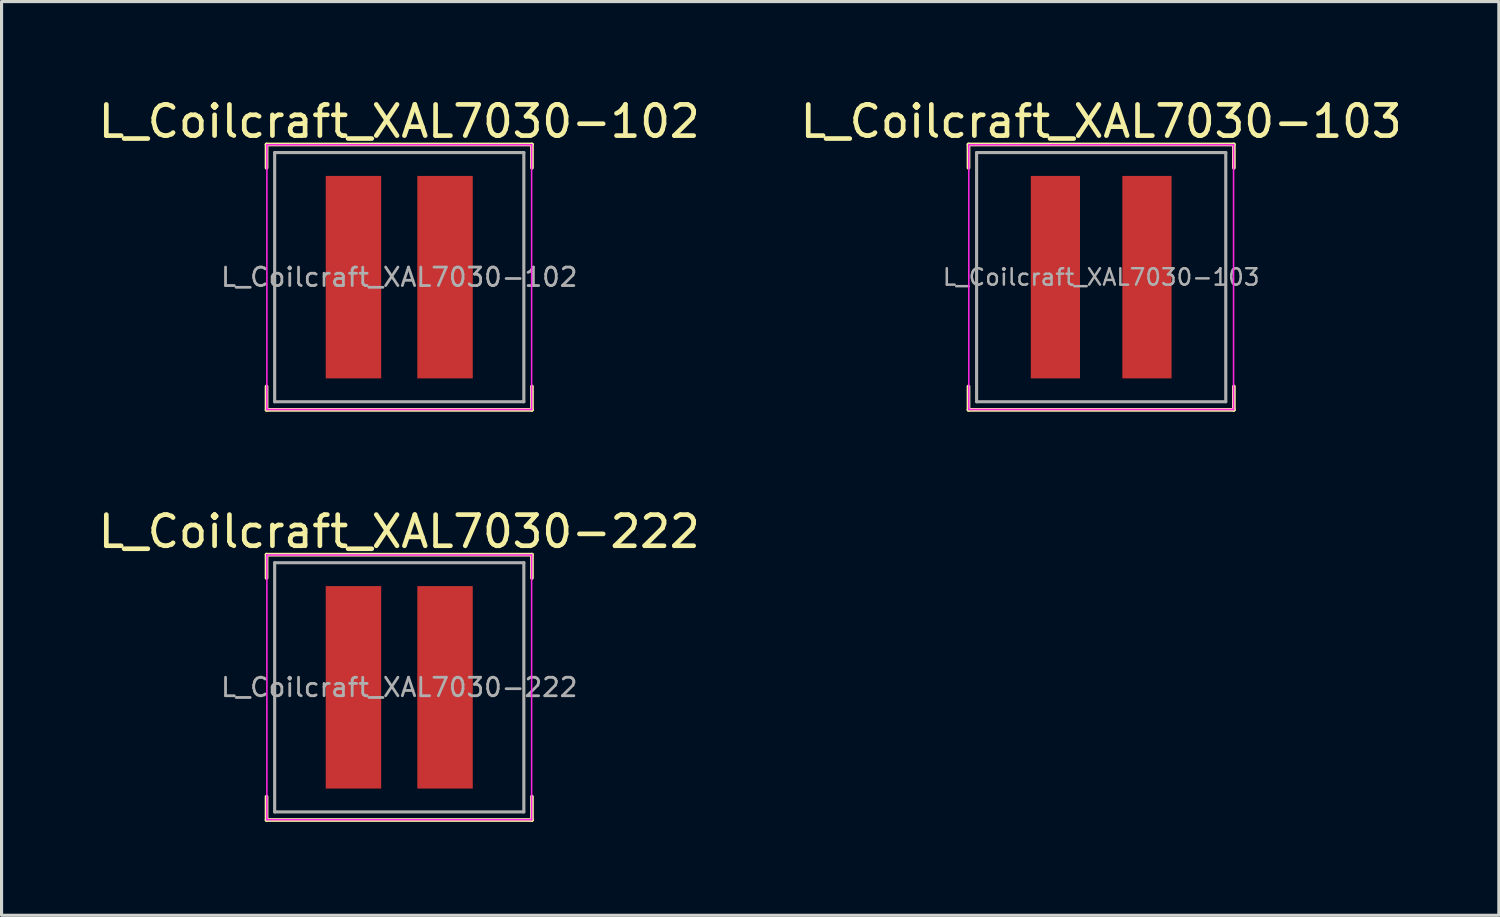
<source format=kicad_pcb>
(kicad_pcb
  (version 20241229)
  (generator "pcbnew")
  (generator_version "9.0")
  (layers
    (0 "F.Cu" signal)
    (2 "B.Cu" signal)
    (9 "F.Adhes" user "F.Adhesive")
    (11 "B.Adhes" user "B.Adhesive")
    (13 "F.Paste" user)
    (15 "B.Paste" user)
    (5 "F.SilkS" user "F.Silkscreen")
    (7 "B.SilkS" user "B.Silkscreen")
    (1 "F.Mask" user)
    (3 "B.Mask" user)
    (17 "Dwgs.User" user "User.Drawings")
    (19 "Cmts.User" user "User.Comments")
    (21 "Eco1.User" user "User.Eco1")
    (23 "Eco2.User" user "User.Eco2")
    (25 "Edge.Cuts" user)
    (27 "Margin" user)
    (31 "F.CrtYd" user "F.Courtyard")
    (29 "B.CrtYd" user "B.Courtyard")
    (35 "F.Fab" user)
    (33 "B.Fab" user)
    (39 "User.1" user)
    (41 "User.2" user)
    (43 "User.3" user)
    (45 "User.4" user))
  (footprint "L_Coilcraft_XAL7030-102"
    (layer "F.Cu")
    (at 9.768 5.848)
    (property "Reference" "L_Coilcraft_XAL7030-102" (at 0 -5 0) (layer "F.SilkS") (effects (font (size 1 1) (thickness 0.15))))
    (attr smd)
    (fp_line (start -4.26 -4.26) (end -4.26 -3.51) (stroke (width 0.12) (type solid)) (layer "F.SilkS"))
    (fp_line (start -4.26 -4.26) (end 4.26 -4.26) (stroke (width 0.12) (type solid)) (layer "F.SilkS"))
    (fp_line (start -4.26 4.26) (end -4.26 3.51) (stroke (width 0.12) (type solid)) (layer "F.SilkS"))
    (fp_line (start -4.26 4.26) (end 4.26 4.26) (stroke (width 0.12) (type solid)) (layer "F.SilkS"))
    (fp_line (start 4.26 -4.26) (end 4.26 -3.51) (stroke (width 0.12) (type solid)) (layer "F.SilkS"))
    (fp_line (start 4.26 4.26) (end 4.26 3.51) (stroke (width 0.12) (type solid)) (layer "F.SilkS"))
    (fp_line (start -4.25 -4.25) (end -4.25 4.25) (stroke (width 0.05) (type solid)) (layer "F.CrtYd"))
    (fp_line (start -4.25 4.25) (end 4.25 4.25) (stroke (width 0.05) (type solid)) (layer "F.CrtYd"))
    (fp_line (start 4.25 -4.25) (end -4.25 -4.25) (stroke (width 0.05) (type solid)) (layer "F.CrtYd"))
    (fp_line (start 4.25 4.25) (end 4.25 -4.25) (stroke (width 0.05) (type solid)) (layer "F.CrtYd"))
    (fp_line (start -4 -4) (end -4 4) (stroke (width 0.1) (type solid)) (layer "F.Fab"))
    (fp_line (start -4 4) (end 4 4) (stroke (width 0.1) (type solid)) (layer "F.Fab"))
    (fp_line (start 4 -4) (end -4 -4) (stroke (width 0.1) (type solid)) (layer "F.Fab"))
    (fp_line (start 4 4) (end 4 -4) (stroke (width 0.1) (type solid)) (layer "F.Fab"))
    (fp_text user "${REFERENCE}" (at 0 0 0) (layer "F.Fab") (effects (font (size 0.593 0.593) (thickness 0.089))))
    (pad "1" smd rect (at -1.47 0) (size 1.78 6.5) (layers "F.Cu" "F.Mask" "F.Paste"))
    (pad "2" smd rect (at 1.47 0) (size 1.78 6.5) (layers "F.Cu" "F.Mask" "F.Paste")))
  (footprint "L_Coilcraft_XAL7030-222"
    (layer "F.Cu")
    (at 9.768 19.017)
    (property "Reference" "L_Coilcraft_XAL7030-222" (at 0 -5 0) (layer "F.SilkS") (effects (font (size 1 1) (thickness 0.15))))
    (attr smd)
    (fp_line (start -4.26 -4.26) (end -4.26 -3.51) (stroke (width 0.12) (type solid)) (layer "F.SilkS"))
    (fp_line (start -4.26 -4.26) (end 4.26 -4.26) (stroke (width 0.12) (type solid)) (layer "F.SilkS"))
    (fp_line (start -4.26 4.26) (end -4.26 3.51) (stroke (width 0.12) (type solid)) (layer "F.SilkS"))
    (fp_line (start -4.26 4.26) (end 4.26 4.26) (stroke (width 0.12) (type solid)) (layer "F.SilkS"))
    (fp_line (start 4.26 -4.26) (end 4.26 -3.51) (stroke (width 0.12) (type solid)) (layer "F.SilkS"))
    (fp_line (start 4.26 4.26) (end 4.26 3.51) (stroke (width 0.12) (type solid)) (layer "F.SilkS"))
    (fp_line (start -4.25 -4.25) (end -4.25 4.25) (stroke (width 0.05) (type solid)) (layer "F.CrtYd"))
    (fp_line (start -4.25 4.25) (end 4.25 4.25) (stroke (width 0.05) (type solid)) (layer "F.CrtYd"))
    (fp_line (start 4.25 -4.25) (end -4.25 -4.25) (stroke (width 0.05) (type solid)) (layer "F.CrtYd"))
    (fp_line (start 4.25 4.25) (end 4.25 -4.25) (stroke (width 0.05) (type solid)) (layer "F.CrtYd"))
    (fp_line (start -4 -4) (end -4 4) (stroke (width 0.1) (type solid)) (layer "F.Fab"))
    (fp_line (start -4 4) (end 4 4) (stroke (width 0.1) (type solid)) (layer "F.Fab"))
    (fp_line (start 4 -4) (end -4 -4) (stroke (width 0.1) (type solid)) (layer "F.Fab"))
    (fp_line (start 4 4) (end 4 -4) (stroke (width 0.1) (type solid)) (layer "F.Fab"))
    (fp_text user "${REFERENCE}" (at 0 0 0) (layer "F.Fab") (effects (font (size 0.593 0.593) (thickness 0.089))))
    (pad "1" smd rect (at -1.47 0) (size 1.78 6.5) (layers "F.Cu" "F.Mask" "F.Paste"))
    (pad "2" smd rect (at 1.47 0) (size 1.78 6.5) (layers "F.Cu" "F.Mask" "F.Paste")))
  (footprint "L_Coilcraft_XAL7030-103"
    (layer "F.Cu")
    (at 32.304 5.848)
    (property "Reference" "L_Coilcraft_XAL7030-103" (at 0 -5 0) (layer "F.SilkS") (effects (font (size 1 1) (thickness 0.15))))
    (attr smd)
    (fp_line (start -4.26 -4.26) (end -4.26 -3.51) (stroke (width 0.12) (type solid)) (layer "F.SilkS"))
    (fp_line (start -4.26 -4.26) (end 4.26 -4.26) (stroke (width 0.12) (type solid)) (layer "F.SilkS"))
    (fp_line (start -4.26 4.26) (end -4.26 3.51) (stroke (width 0.12) (type solid)) (layer "F.SilkS"))
    (fp_line (start -4.26 4.26) (end 4.26 4.26) (stroke (width 0.12) (type solid)) (layer "F.SilkS"))
    (fp_line (start 4.26 -4.26) (end 4.26 -3.51) (stroke (width 0.12) (type solid)) (layer "F.SilkS"))
    (fp_line (start 4.26 4.26) (end 4.26 3.51) (stroke (width 0.12) (type solid)) (layer "F.SilkS"))
    (fp_line (start -4.25 -4.25) (end -4.25 4.25) (stroke (width 0.05) (type solid)) (layer "F.CrtYd"))
    (fp_line (start -4.25 4.25) (end 4.25 4.25) (stroke (width 0.05) (type solid)) (layer "F.CrtYd"))
    (fp_line (start 4.25 -4.25) (end -4.25 -4.25) (stroke (width 0.05) (type solid)) (layer "F.CrtYd"))
    (fp_line (start 4.25 4.25) (end 4.25 -4.25) (stroke (width 0.05) (type solid)) (layer "F.CrtYd"))
    (fp_line (start -4 -4) (end -4 4) (stroke (width 0.1) (type solid)) (layer "F.Fab"))
    (fp_line (start -4 4) (end 4 4) (stroke (width 0.1) (type solid)) (layer "F.Fab"))
    (fp_line (start 4 -4) (end -4 -4) (stroke (width 0.1) (type solid)) (layer "F.Fab"))
    (fp_line (start 4 4) (end 4 -4) (stroke (width 0.1) (type solid)) (layer "F.Fab"))
    (fp_text user "${REFERENCE}" (at 0 0 0) (layer "F.Fab") (effects (font (size 0.527 0.527) (thickness 0.079))))
    (pad "1" smd rect (at -1.47 0) (size 1.58 6.5) (layers "F.Cu" "F.Mask" "F.Paste"))
    (pad "2" smd rect (at 1.47 0) (size 1.58 6.5) (layers "F.Cu" "F.Mask" "F.Paste")))
  (gr_rect
    (start -3 -3)
    (end 45.071 26.337)
    (stroke (width 0.1) (type default))
    (fill no)
    (layer "Edge.Cuts")))
</source>
